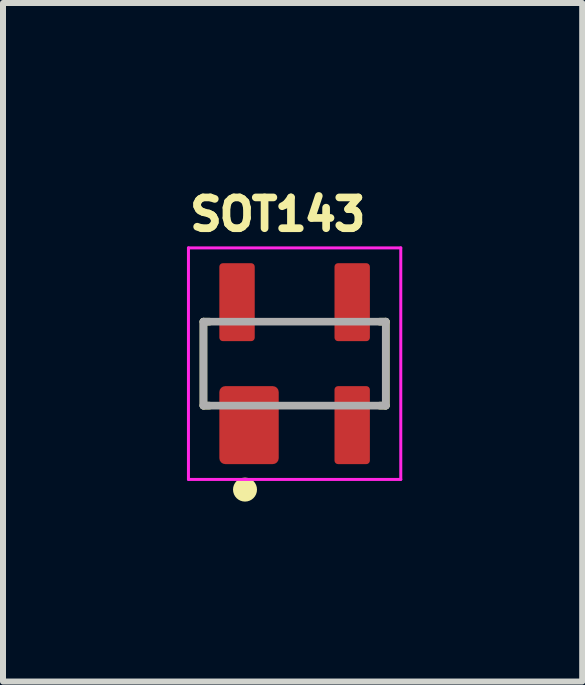
<source format=kicad_pcb>
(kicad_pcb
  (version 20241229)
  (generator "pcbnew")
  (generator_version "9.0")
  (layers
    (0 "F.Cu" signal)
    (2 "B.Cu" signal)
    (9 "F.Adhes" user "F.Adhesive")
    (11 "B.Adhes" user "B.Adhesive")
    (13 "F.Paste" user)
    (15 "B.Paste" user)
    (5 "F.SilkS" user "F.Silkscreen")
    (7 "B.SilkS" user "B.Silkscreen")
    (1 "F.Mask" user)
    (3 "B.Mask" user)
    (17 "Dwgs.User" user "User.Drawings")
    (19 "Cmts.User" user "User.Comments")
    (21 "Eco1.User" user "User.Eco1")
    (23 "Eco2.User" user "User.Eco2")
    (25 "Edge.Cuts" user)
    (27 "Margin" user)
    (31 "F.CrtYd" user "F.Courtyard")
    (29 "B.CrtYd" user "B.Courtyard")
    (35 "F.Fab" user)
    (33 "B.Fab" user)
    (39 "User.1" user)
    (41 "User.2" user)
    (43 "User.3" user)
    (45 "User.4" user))
  (footprint "SOT143"
    (layer "F.Cu")
    (at 1.862 3.013)
    (property "Reference" "SOT143" (at -0.281 -2.489 0) (layer "F.SilkS") (effects (font (size 0.513 0.513) (thickness 0.15))))
    (attr through_hole)
    (fp_line (start -1.52 -0.7) (end -1.52 0.7) (stroke (width 0.127) (type solid)) (layer "F.SilkS"))
    (fp_line (start -1.52 -0.7) (end -1.42 -0.7) (stroke (width 0.127) (type solid)) (layer "F.SilkS"))
    (fp_line (start -1.52 0.7) (end -1.42 0.7) (stroke (width 0.127) (type solid)) (layer "F.SilkS"))
    (fp_line (start 1.52 -0.7) (end 1.42 -0.7) (stroke (width 0.127) (type solid)) (layer "F.SilkS"))
    (fp_line (start 1.52 -0.7) (end 1.52 0.7) (stroke (width 0.127) (type solid)) (layer "F.SilkS"))
    (fp_line (start 1.52 0.7) (end 1.42 0.7) (stroke (width 0.127) (type solid)) (layer "F.SilkS"))
    (fp_circle (center -0.827 2.1) (end -0.727 2.1) (stroke (width 0.2) (type solid)) (fill no) (layer "F.SilkS"))
    (fp_line (start -1.77 -1.93) (end -1.77 1.93) (stroke (width 0.05) (type solid)) (layer "F.CrtYd"))
    (fp_line (start -1.77 1.93) (end 1.77 1.93) (stroke (width 0.05) (type solid)) (layer "F.CrtYd"))
    (fp_line (start 1.77 -1.93) (end -1.77 -1.93) (stroke (width 0.05) (type solid)) (layer "F.CrtYd"))
    (fp_line (start 1.77 1.93) (end 1.77 -1.93) (stroke (width 0.05) (type solid)) (layer "F.CrtYd"))
    (fp_line (start -1.52 -0.7) (end -1.52 0.7) (stroke (width 0.127) (type solid)) (layer "F.Fab"))
    (fp_line (start -1.52 0.7) (end 1.52 0.7) (stroke (width 0.127) (type solid)) (layer "F.Fab"))
    (fp_line (start 1.52 -0.7) (end -1.52 -0.7) (stroke (width 0.127) (type solid)) (layer "F.Fab"))
    (fp_line (start 1.52 0.7) (end 1.52 -0.7) (stroke (width 0.127) (type solid)) (layer "F.Fab"))
    (pad "1" smd roundrect (at -0.76 1.025) (size 0.99 1.3) (layers "F.Cu" "F.Mask" "F.Paste") (roundrect_rratio 0.1))
    (pad "2" smd roundrect (at 0.96 1.025) (size 0.59 1.3) (layers "F.Cu" "F.Mask" "F.Paste") (roundrect_rratio 0.1))
    (pad "3" smd roundrect (at 0.96 -1.025) (size 0.59 1.3) (layers "F.Cu" "F.Mask" "F.Paste") (roundrect_rratio 0.1))
    (pad "4" smd roundrect (at -0.96 -1.025) (size 0.59 1.3) (layers "F.Cu" "F.Mask" "F.Paste") (roundrect_rratio 0.1)))
  (gr_rect
    (start -3 -3)
    (end 6.657 8.313)
    (stroke (width 0.1) (type default))
    (fill no)
    (layer "Edge.Cuts")))
</source>
